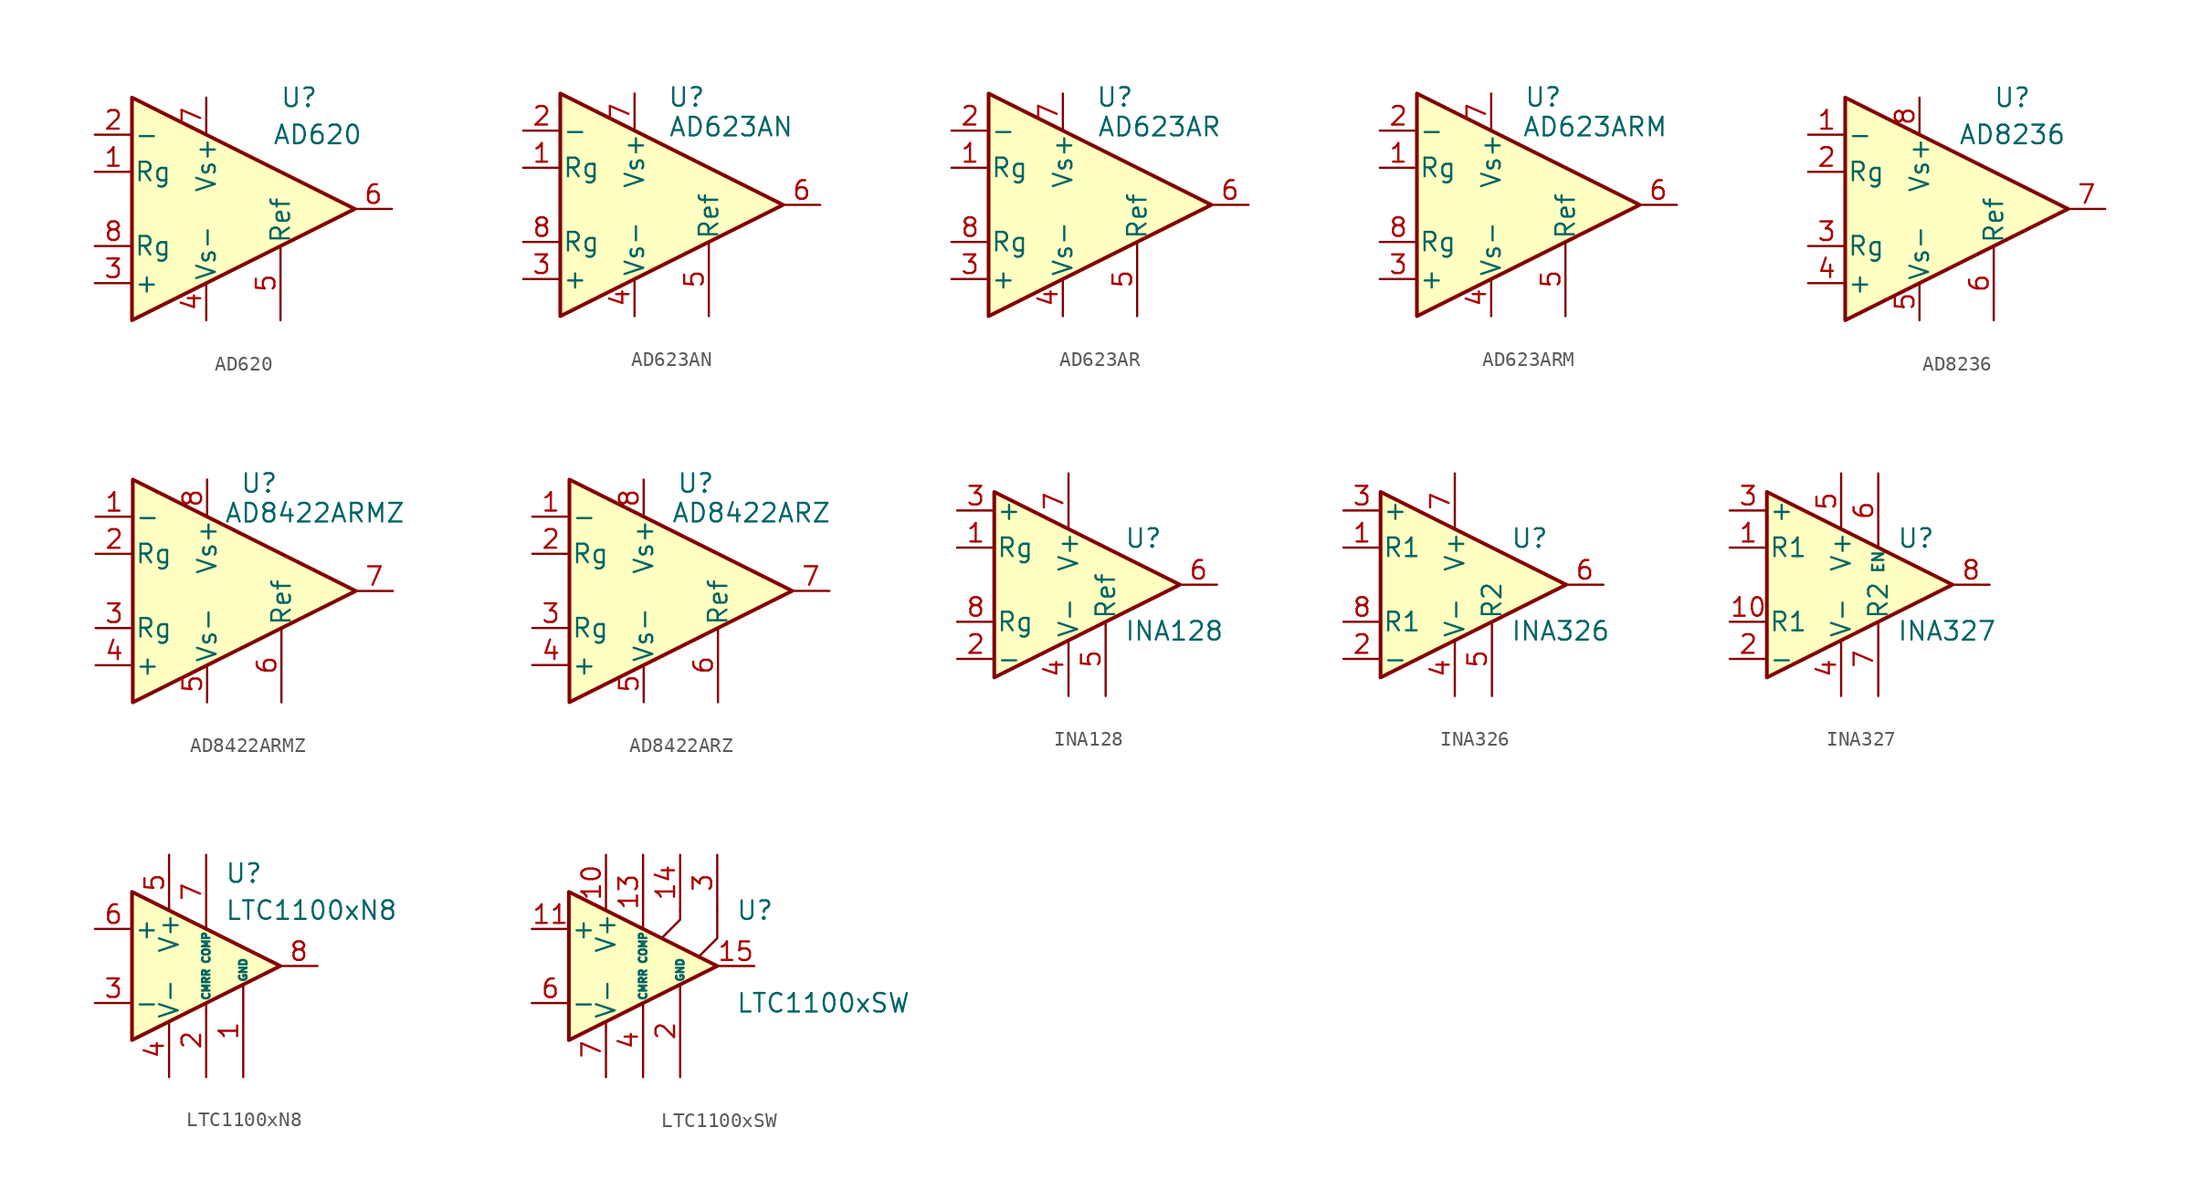
<source format=kicad_sym>
(kicad_symbol_lib
  (version 20201005)
  (generator kicad_symbol_editor)
  (symbol "Amplifier_Instrumentation:AD620"
    (pin_names
      (offset 0.127))
    (property "Reference" "U"
      (at 3.81 7.62 0)
      (effects (font (size 1.27 1.27))))
    (property "Value" "AD620"
      (at 5.08 5.08 0)
      (effects (font (size 1.27 1.27))))
    (symbol "AD620_0_1"
      (polyline (pts (xy -7.62 7.62) (xy -7.62 -7.62) (xy 7.62 0) (xy -7.62 7.62)) (stroke (width 0.254)) (fill (type background))))
    (symbol "AD620_1_1"
      (pin passive line (at -10.16 2.54 0) (length 2.54) (name "Rg" (effects (font (size 1.27 1.27)))) (number "1" (effects (font (size 1.27 1.27)))))
      (pin input line (at -10.16 5.08 0) (length 2.54) (name "-" (effects (font (size 1.27 1.27)))) (number "2" (effects (font (size 1.27 1.27)))))
      (pin input line (at -10.16 -5.08 0) (length 2.54) (name "+" (effects (font (size 1.27 1.27)))) (number "3" (effects (font (size 1.27 1.27)))))
      (pin power_in line (at -2.54 -7.62 90) (length 2.54) (name "Vs-" (effects (font (size 1.27 1.27)))) (number "4" (effects (font (size 1.27 1.27)))))
      (pin passive line (at 2.54 -7.62 90) (length 5.08) (name "Ref" (effects (font (size 1.27 1.27)))) (number "5" (effects (font (size 1.27 1.27)))))
      (pin output line (at 10.16 0 180) (length 2.54) (name "~" (effects (font (size 1.27 1.27)))) (number "6" (effects (font (size 1.27 1.27)))))
      (pin power_in line (at -2.54 7.62 270) (length 2.54) (name "Vs+" (effects (font (size 1.27 1.27)))) (number "7" (effects (font (size 1.27 1.27)))))
      (pin passive line (at -10.16 -2.54 0) (length 2.54) (name "Rg" (effects (font (size 1.27 1.27)))) (number "8" (effects (font (size 1.27 1.27)))))))
  (symbol "Amplifier_Instrumentation:AD623AN"
    (pin_names
      (offset 0.127))
    (property "Reference" "U"
      (at 3.556 7.366 0)
      (effects (font (size 1.27 1.27))))
    (property "Value" "AD623AN"
      (at 6.604 5.334 0)
      (effects (font (size 1.27 1.27))))
    (symbol "AD623AN_0_1"
      (polyline (pts (xy -5.08 7.62) (xy -5.08 -7.62) (xy 10.16 0) (xy -5.08 7.62)) (stroke (width 0.254)) (fill (type background))))
    (symbol "AD623AN_1_1"
      (pin passive line (at -7.62 2.54 0) (length 2.54) (name "Rg" (effects (font (size 1.27 1.27)))) (number "1" (effects (font (size 1.27 1.27)))))
      (pin input line (at -7.62 5.08 0) (length 2.54) (name "-" (effects (font (size 1.27 1.27)))) (number "2" (effects (font (size 1.27 1.27)))))
      (pin input line (at -7.62 -5.08 0) (length 2.54) (name "+" (effects (font (size 1.27 1.27)))) (number "3" (effects (font (size 1.27 1.27)))))
      (pin power_in line (at 0 -7.62 90) (length 2.54) (name "Vs-" (effects (font (size 1.27 1.27)))) (number "4" (effects (font (size 1.27 1.27)))))
      (pin passive line (at 5.08 -7.62 90) (length 5.08) (name "Ref" (effects (font (size 1.27 1.27)))) (number "5" (effects (font (size 1.27 1.27)))))
      (pin output line (at 12.7 0 180) (length 2.54) (name "~" (effects (font (size 1.27 1.27)))) (number "6" (effects (font (size 1.27 1.27)))))
      (pin power_in line (at 0 7.62 270) (length 2.54) (name "Vs+" (effects (font (size 1.27 1.27)))) (number "7" (effects (font (size 1.27 1.27)))))
      (pin passive line (at -7.62 -2.54 0) (length 2.54) (name "Rg" (effects (font (size 1.27 1.27)))) (number "8" (effects (font (size 1.27 1.27)))))))
  (symbol "Amplifier_Instrumentation:AD623AR"
    (pin_names
      (offset 0.127))
    (property "Reference" "U"
      (at 3.556 7.366 0)
      (effects (font (size 1.27 1.27))))
    (property "Value" "AD623AR"
      (at 6.604 5.334 0)
      (effects (font (size 1.27 1.27))))
    (symbol "AD623AR_0_1"
      (polyline (pts (xy -5.08 7.62) (xy -5.08 -7.62) (xy 10.16 0) (xy -5.08 7.62)) (stroke (width 0.254)) (fill (type background))))
    (symbol "AD623AR_1_1"
      (pin passive line (at -7.62 2.54 0) (length 2.54) (name "Rg" (effects (font (size 1.27 1.27)))) (number "1" (effects (font (size 1.27 1.27)))))
      (pin input line (at -7.62 5.08 0) (length 2.54) (name "-" (effects (font (size 1.27 1.27)))) (number "2" (effects (font (size 1.27 1.27)))))
      (pin input line (at -7.62 -5.08 0) (length 2.54) (name "+" (effects (font (size 1.27 1.27)))) (number "3" (effects (font (size 1.27 1.27)))))
      (pin power_in line (at 0 -7.62 90) (length 2.54) (name "Vs-" (effects (font (size 1.27 1.27)))) (number "4" (effects (font (size 1.27 1.27)))))
      (pin passive line (at 5.08 -7.62 90) (length 5.08) (name "Ref" (effects (font (size 1.27 1.27)))) (number "5" (effects (font (size 1.27 1.27)))))
      (pin output line (at 12.7 0 180) (length 2.54) (name "~" (effects (font (size 1.27 1.27)))) (number "6" (effects (font (size 1.27 1.27)))))
      (pin power_in line (at 0 7.62 270) (length 2.54) (name "Vs+" (effects (font (size 1.27 1.27)))) (number "7" (effects (font (size 1.27 1.27)))))
      (pin passive line (at -7.62 -2.54 0) (length 2.54) (name "Rg" (effects (font (size 1.27 1.27)))) (number "8" (effects (font (size 1.27 1.27)))))))
  (symbol "Amplifier_Instrumentation:AD623ARM"
    (pin_names
      (offset 0.127))
    (property "Reference" "U"
      (at 3.556 7.366 0)
      (effects (font (size 1.27 1.27))))
    (property "Value" "AD623ARM"
      (at 7.112 5.334 0)
      (effects (font (size 1.27 1.27))))
    (symbol "AD623ARM_0_1"
      (polyline (pts (xy -5.08 7.62) (xy -5.08 -7.62) (xy 10.16 0) (xy -5.08 7.62)) (stroke (width 0.254)) (fill (type background))))
    (symbol "AD623ARM_1_1"
      (pin passive line (at -7.62 2.54 0) (length 2.54) (name "Rg" (effects (font (size 1.27 1.27)))) (number "1" (effects (font (size 1.27 1.27)))))
      (pin input line (at -7.62 5.08 0) (length 2.54) (name "-" (effects (font (size 1.27 1.27)))) (number "2" (effects (font (size 1.27 1.27)))))
      (pin input line (at -7.62 -5.08 0) (length 2.54) (name "+" (effects (font (size 1.27 1.27)))) (number "3" (effects (font (size 1.27 1.27)))))
      (pin power_in line (at 0 -7.62 90) (length 2.54) (name "Vs-" (effects (font (size 1.27 1.27)))) (number "4" (effects (font (size 1.27 1.27)))))
      (pin passive line (at 5.08 -7.62 90) (length 5.08) (name "Ref" (effects (font (size 1.27 1.27)))) (number "5" (effects (font (size 1.27 1.27)))))
      (pin output line (at 12.7 0 180) (length 2.54) (name "~" (effects (font (size 1.27 1.27)))) (number "6" (effects (font (size 1.27 1.27)))))
      (pin power_in line (at 0 7.62 270) (length 2.54) (name "Vs+" (effects (font (size 1.27 1.27)))) (number "7" (effects (font (size 1.27 1.27)))))
      (pin passive line (at -7.62 -2.54 0) (length 2.54) (name "Rg" (effects (font (size 1.27 1.27)))) (number "8" (effects (font (size 1.27 1.27)))))))
  (symbol "Amplifier_Instrumentation:AD8236"
    (pin_names
      (offset 0.127))
    (property "Reference" "U"
      (at 3.81 7.62 0)
      (effects (font (size 1.27 1.27))))
    (property "Value" "AD8236"
      (at 3.81 5.08 0)
      (effects (font (size 1.27 1.27))))
    (symbol "AD8236_0_1"
      (polyline (pts (xy -7.62 7.62) (xy -7.62 -7.62) (xy 7.62 0) (xy -7.62 7.62)) (stroke (width 0.254)) (fill (type background))))
    (symbol "AD8236_1_1"
      (pin input line (at -10.16 5.08 0) (length 2.54) (name "-" (effects (font (size 1.27 1.27)))) (number "1" (effects (font (size 1.27 1.27)))))
      (pin passive line (at -10.16 2.54 0) (length 2.54) (name "Rg" (effects (font (size 1.27 1.27)))) (number "2" (effects (font (size 1.27 1.27)))))
      (pin passive line (at -10.16 -2.54 0) (length 2.54) (name "Rg" (effects (font (size 1.27 1.27)))) (number "3" (effects (font (size 1.27 1.27)))))
      (pin input line (at -10.16 -5.08 0) (length 2.54) (name "+" (effects (font (size 1.27 1.27)))) (number "4" (effects (font (size 1.27 1.27)))))
      (pin power_in line (at -2.54 -7.62 90) (length 2.54) (name "Vs-" (effects (font (size 1.27 1.27)))) (number "5" (effects (font (size 1.27 1.27)))))
      (pin passive line (at 2.54 -7.62 90) (length 5.08) (name "Ref" (effects (font (size 1.27 1.27)))) (number "6" (effects (font (size 1.27 1.27)))))
      (pin output line (at 10.16 0 180) (length 2.54) (name "~" (effects (font (size 1.27 1.27)))) (number "7" (effects (font (size 1.27 1.27)))))
      (pin power_in line (at -2.54 7.62 270) (length 2.54) (name "Vs+" (effects (font (size 1.27 1.27)))) (number "8" (effects (font (size 1.27 1.27)))))))
  (symbol "Amplifier_Instrumentation:AD8422ARMZ"
    (pin_names
      (offset 0.127))
    (property "Reference" "U"
      (at 3.556 7.366 0)
      (effects (font (size 1.27 1.27))))
    (property "Value" "AD8422ARMZ"
      (at 7.366 5.334 0)
      (effects (font (size 1.27 1.27))))
    (symbol "AD8422ARMZ_0_1"
      (polyline (pts (xy -5.08 7.62) (xy -5.08 -7.62) (xy 10.16 0) (xy -5.08 7.62)) (stroke (width 0.254)) (fill (type background))))
    (symbol "AD8422ARMZ_1_1"
      (pin input line (at -7.62 5.08 0) (length 2.54) (name "-" (effects (font (size 1.27 1.27)))) (number "1" (effects (font (size 1.27 1.27)))))
      (pin passive line (at -7.62 2.54 0) (length 2.54) (name "Rg" (effects (font (size 1.27 1.27)))) (number "2" (effects (font (size 1.27 1.27)))))
      (pin passive line (at -7.62 -2.54 0) (length 2.54) (name "Rg" (effects (font (size 1.27 1.27)))) (number "3" (effects (font (size 1.27 1.27)))))
      (pin input line (at -7.62 -5.08 0) (length 2.54) (name "+" (effects (font (size 1.27 1.27)))) (number "4" (effects (font (size 1.27 1.27)))))
      (pin power_in line (at 0 -7.62 90) (length 2.54) (name "Vs-" (effects (font (size 1.27 1.27)))) (number "5" (effects (font (size 1.27 1.27)))))
      (pin passive line (at 5.08 -7.62 90) (length 5.08) (name "Ref" (effects (font (size 1.27 1.27)))) (number "6" (effects (font (size 1.27 1.27)))))
      (pin output line (at 12.7 0 180) (length 2.54) (name "~" (effects (font (size 1.27 1.27)))) (number "7" (effects (font (size 1.27 1.27)))))
      (pin power_in line (at 0 7.62 270) (length 2.54) (name "Vs+" (effects (font (size 1.27 1.27)))) (number "8" (effects (font (size 1.27 1.27)))))))
  (symbol "Amplifier_Instrumentation:AD8422ARZ"
    (pin_names
      (offset 0.127))
    (property "Reference" "U"
      (at 3.556 7.366 0)
      (effects (font (size 1.27 1.27))))
    (property "Value" "AD8422ARZ"
      (at 7.366 5.334 0)
      (effects (font (size 1.27 1.27))))
    (symbol "AD8422ARZ_0_1"
      (polyline (pts (xy -5.08 7.62) (xy -5.08 -7.62) (xy 10.16 0) (xy -5.08 7.62)) (stroke (width 0.254)) (fill (type background))))
    (symbol "AD8422ARZ_1_1"
      (pin input line (at -7.62 5.08 0) (length 2.54) (name "-" (effects (font (size 1.27 1.27)))) (number "1" (effects (font (size 1.27 1.27)))))
      (pin passive line (at -7.62 2.54 0) (length 2.54) (name "Rg" (effects (font (size 1.27 1.27)))) (number "2" (effects (font (size 1.27 1.27)))))
      (pin passive line (at -7.62 -2.54 0) (length 2.54) (name "Rg" (effects (font (size 1.27 1.27)))) (number "3" (effects (font (size 1.27 1.27)))))
      (pin input line (at -7.62 -5.08 0) (length 2.54) (name "+" (effects (font (size 1.27 1.27)))) (number "4" (effects (font (size 1.27 1.27)))))
      (pin power_in line (at 0 -7.62 90) (length 2.54) (name "Vs-" (effects (font (size 1.27 1.27)))) (number "5" (effects (font (size 1.27 1.27)))))
      (pin passive line (at 5.08 -7.62 90) (length 5.08) (name "Ref" (effects (font (size 1.27 1.27)))) (number "6" (effects (font (size 1.27 1.27)))))
      (pin output line (at 12.7 0 180) (length 2.54) (name "~" (effects (font (size 1.27 1.27)))) (number "7" (effects (font (size 1.27 1.27)))))
      (pin power_in line (at 0 7.62 270) (length 2.54) (name "Vs+" (effects (font (size 1.27 1.27)))) (number "8" (effects (font (size 1.27 1.27)))))))
  (symbol "Amplifier_Instrumentation:INA128"
    (pin_names
      (offset 0.127))
    (property "Reference" "U"
      (at 3.81 3.175 0)
      (effects (font (size 1.27 1.27)) (justify left)))
    (property "Value" "INA128"
      (at 3.81 -3.175 0)
      (effects (font (size 1.27 1.27)) (justify left)))
    (symbol "INA128_0_1"
      (polyline (pts (xy 7.62 0) (xy -5.08 6.35) (xy -5.08 -6.35) (xy 7.62 0)) (stroke (width 0.254)) (fill (type background))))
    (symbol "INA128_1_1"
      (pin passive line (at -7.62 2.54 0) (length 2.54) (name "Rg" (effects (font (size 1.27 1.27)))) (number "1" (effects (font (size 1.27 1.27)))))
      (pin input line (at -7.62 -5.08 0) (length 2.54) (name "-" (effects (font (size 1.27 1.27)))) (number "2" (effects (font (size 1.27 1.27)))))
      (pin input line (at -7.62 5.08 0) (length 2.54) (name "+" (effects (font (size 1.27 1.27)))) (number "3" (effects (font (size 1.27 1.27)))))
      (pin power_in line (at 0 -7.62 90) (length 3.81) (name "V-" (effects (font (size 1.27 1.27)))) (number "4" (effects (font (size 1.27 1.27)))))
      (pin input line (at 2.54 -7.62 90) (length 5.08) (name "Ref" (effects (font (size 1.27 1.27)))) (number "5" (effects (font (size 1.27 1.27)))))
      (pin output line (at 10.16 0 180) (length 2.54) (name "~" (effects (font (size 1.27 1.27)))) (number "6" (effects (font (size 1.27 1.27)))))
      (pin power_in line (at 0 7.62 270) (length 3.81) (name "V+" (effects (font (size 1.27 1.27)))) (number "7" (effects (font (size 1.27 1.27)))))
      (pin passive line (at -7.62 -2.54 0) (length 2.54) (name "Rg" (effects (font (size 1.27 1.27)))) (number "8" (effects (font (size 1.27 1.27)))))))
  (symbol "Amplifier_Instrumentation:INA326"
    (pin_names
      (offset 0.127))
    (property "Reference" "U"
      (at 3.81 3.175 0)
      (effects (font (size 1.27 1.27)) (justify left)))
    (property "Value" "INA326"
      (at 3.81 -3.175 0)
      (effects (font (size 1.27 1.27)) (justify left)))
    (symbol "INA326_0_1"
      (polyline (pts (xy 7.62 0) (xy -5.08 6.35) (xy -5.08 -6.35) (xy 7.62 0)) (stroke (width 0.254)) (fill (type background))))
    (symbol "INA326_1_1"
      (pin passive line (at -7.62 2.54 0) (length 2.54) (name "R1" (effects (font (size 1.27 1.27)))) (number "1" (effects (font (size 1.27 1.27)))))
      (pin input line (at -7.62 -5.08 0) (length 2.54) (name "-" (effects (font (size 1.27 1.27)))) (number "2" (effects (font (size 1.27 1.27)))))
      (pin input line (at -7.62 5.08 0) (length 2.54) (name "+" (effects (font (size 1.27 1.27)))) (number "3" (effects (font (size 1.27 1.27)))))
      (pin power_in line (at 0 -7.62 90) (length 3.81) (name "V-" (effects (font (size 1.27 1.27)))) (number "4" (effects (font (size 1.27 1.27)))))
      (pin input line (at 2.54 -7.62 90) (length 5.08) (name "R2" (effects (font (size 1.27 1.27)))) (number "5" (effects (font (size 1.27 1.27)))))
      (pin output line (at 10.16 0 180) (length 2.54) (name "~" (effects (font (size 1.27 1.27)))) (number "6" (effects (font (size 1.27 1.27)))))
      (pin power_in line (at 0 7.62 270) (length 3.81) (name "V+" (effects (font (size 1.27 1.27)))) (number "7" (effects (font (size 1.27 1.27)))))
      (pin passive line (at -7.62 -2.54 0) (length 2.54) (name "R1" (effects (font (size 1.27 1.27)))) (number "8" (effects (font (size 1.27 1.27)))))))
  (symbol "Amplifier_Instrumentation:INA327"
    (pin_names
      (offset 0.127))
    (property "Reference" "U"
      (at 3.81 3.175 0)
      (effects (font (size 1.27 1.27)) (justify left)))
    (property "Value" "INA327"
      (at 3.81 -3.175 0)
      (effects (font (size 1.27 1.27)) (justify left)))
    (symbol "INA327_0_1"
      (polyline (pts (xy 7.62 0) (xy -5.08 6.35) (xy -5.08 -6.35) (xy 7.62 0)) (stroke (width 0.254)) (fill (type background))))
    (symbol "INA327_1_1"
      (pin passive line (at -7.62 2.54 0) (length 2.54) (name "R1" (effects (font (size 1.27 1.27)))) (number "1" (effects (font (size 1.27 1.27)))))
      (pin passive line (at -7.62 -2.54 0) (length 2.54) (name "R1" (effects (font (size 1.27 1.27)))) (number "10" (effects (font (size 1.27 1.27)))))
      (pin input line (at -7.62 -5.08 0) (length 2.54) (name "-" (effects (font (size 1.27 1.27)))) (number "2" (effects (font (size 1.27 1.27)))))
      (pin input line (at -7.62 5.08 0) (length 2.54) (name "+" (effects (font (size 1.27 1.27)))) (number "3" (effects (font (size 1.27 1.27)))))
      (pin power_in line (at 0 -7.62 90) (length 3.81) (name "V-" (effects (font (size 1.27 1.27)))) (number "4" (effects (font (size 1.27 1.27)))))
      (pin power_in line (at 0 7.62 270) (length 3.81) (name "V+" (effects (font (size 1.27 1.27)))) (number "5" (effects (font (size 1.27 1.27)))))
      (pin input line (at 2.54 7.62 270) (length 5.08) (name "EN" (effects (font (size 0.762 0.762)))) (number "6" (effects (font (size 1.27 1.27)))))
      (pin input line (at 2.54 -7.62 90) (length 5.08) (name "R2" (effects (font (size 1.27 1.27)))) (number "7" (effects (font (size 1.27 1.27)))))
      (pin output line (at 10.16 0 180) (length 2.54) (name "~" (effects (font (size 1.27 1.27)))) (number "8" (effects (font (size 1.27 1.27)))))
      (pin passive line (at 0 7.62 270) (length 3.81) hide (name "V+" (effects (font (size 1.27 1.27)))) (number "9" (effects (font (size 1.27 1.27)))))))
  (symbol "Amplifier_Instrumentation:LTC1100xN8"
    (pin_names
      (offset 0.127))
    (property "Reference" "U"
      (at 1.27 6.35 0)
      (effects (font (size 1.27 1.27)) (justify left)))
    (property "Value" "LTC1100xN8"
      (at 1.27 3.81 0)
      (effects (font (size 1.27 1.27)) (justify left)))
    (symbol "LTC1100xN8_0_1"
      (polyline (pts (xy -5.08 5.08) (xy 5.08 0) (xy -5.08 -5.08) (xy -5.08 5.08)) (stroke (width 0.254)) (fill (type background))))
    (symbol "LTC1100xN8_1_1"
      (pin input line (at 2.54 -7.62 90) (length 6.35) (name "GND" (effects (font (size 0.508 0.508)))) (number "1" (effects (font (size 1.27 1.27)))))
      (pin input line (at 0 -7.62 90) (length 5.08) (name "CMRR" (effects (font (size 0.508 0.508)))) (number "2" (effects (font (size 1.27 1.27)))))
      (pin input line (at -7.62 -2.54 0) (length 2.54) (name "-" (effects (font (size 1.27 1.27)))) (number "3" (effects (font (size 1.27 1.27)))))
      (pin power_in line (at -2.54 -7.62 90) (length 3.81) (name "V-" (effects (font (size 1.27 1.27)))) (number "4" (effects (font (size 1.27 1.27)))))
      (pin power_in line (at -2.54 7.62 270) (length 3.81) (name "V+" (effects (font (size 1.27 1.27)))) (number "5" (effects (font (size 1.27 1.27)))))
      (pin input line (at -7.62 2.54 0) (length 2.54) (name "+" (effects (font (size 1.27 1.27)))) (number "6" (effects (font (size 1.27 1.27)))))
      (pin input line (at 0 7.62 270) (length 5.08) (name "COMP" (effects (font (size 0.508 0.508)))) (number "7" (effects (font (size 1.27 1.27)))))
      (pin output line (at 7.62 0 180) (length 2.54) (name "~" (effects (font (size 1.27 1.27)))) (number "8" (effects (font (size 1.27 1.27)))))))
  (symbol "Amplifier_Instrumentation:LTC1100xSW"
    (pin_names
      (offset 0.127))
    (property "Reference" "U"
      (at 6.35 3.81 0)
      (effects (font (size 1.27 1.27)) (justify left)))
    (property "Value" "LTC1100xSW"
      (at 6.35 -2.54 0)
      (effects (font (size 1.27 1.27)) (justify left)))
    (symbol "LTC1100xSW_0_1"
      (polyline (pts (xy 1.27 1.905) (xy 2.54 3.175) (xy 2.54 3.81)) (stroke (width 0.152)) (fill (type none)))
      (polyline (pts (xy 3.81 0.635) (xy 5.08 1.905) (xy 5.08 3.81)) (stroke (width 0.152)) (fill (type none)))
      (polyline (pts (xy -5.08 5.08) (xy 5.08 0) (xy -5.08 -5.08) (xy -5.08 5.08)) (stroke (width 0.254)) (fill (type background))))
    (symbol "LTC1100xSW_1_1"
      (pin no_connect line (at -5.08 2.54 270) (length 2.54) hide (name "NC" (effects (font (size 1.27 1.27)))) (number "1" (effects (font (size 1.27 1.27)))))
      (pin power_in line (at -2.54 7.62 270) (length 3.81) (name "V+" (effects (font (size 1.27 1.27)))) (number "10" (effects (font (size 1.27 1.27)))))
      (pin input line (at -7.62 2.54 0) (length 2.54) (name "+" (effects (font (size 1.27 1.27)))) (number "11" (effects (font (size 1.27 1.27)))))
      (pin no_connect line (at -2.54 -2.54 90) (length 2.54) hide (name "NC" (effects (font (size 1.27 1.27)))) (number "12" (effects (font (size 1.27 1.27)))))
      (pin input line (at 0 7.62 270) (length 5.08) (name "COMP" (effects (font (size 0.508 0.508)))) (number "13" (effects (font (size 1.27 1.27)))))
      (pin passive line (at 2.54 7.62 270) (length 3.81) (name "~" (effects (font (size 1.27 1.27)))) (number "14" (effects (font (size 1.27 1.27)))))
      (pin output line (at 7.62 0 180) (length 2.54) (name "~" (effects (font (size 1.27 1.27)))) (number "15" (effects (font (size 1.27 1.27)))))
      (pin no_connect line (at 0 -2.54 90) (length 2.54) hide (name "NC" (effects (font (size 1.27 1.27)))) (number "16" (effects (font (size 1.27 1.27)))))
      (pin input line (at 2.54 -7.62 90) (length 6.35) (name "GND" (effects (font (size 0.508 0.508)))) (number "2" (effects (font (size 1.27 1.27)))))
      (pin passive line (at 5.08 7.62 270) (length 3.81) (name "~" (effects (font (size 1.27 1.27)))) (number "3" (effects (font (size 1.27 1.27)))))
      (pin input line (at 0 -7.62 90) (length 5.08) (name "CMRR" (effects (font (size 0.508 0.508)))) (number "4" (effects (font (size 1.27 1.27)))))
      (pin no_connect line (at -2.54 2.54 270) (length 2.54) hide (name "NC" (effects (font (size 1.27 1.27)))) (number "5" (effects (font (size 1.27 1.27)))))
      (pin input line (at -7.62 -2.54 0) (length 2.54) (name "-" (effects (font (size 1.27 1.27)))) (number "6" (effects (font (size 1.27 1.27)))))
      (pin power_in line (at -2.54 -7.62 90) (length 3.81) (name "V-" (effects (font (size 1.27 1.27)))) (number "7" (effects (font (size 1.27 1.27)))))
      (pin no_connect line (at 0 2.54 270) (length 2.54) hide (name "NC" (effects (font (size 1.27 1.27)))) (number "8" (effects (font (size 1.27 1.27)))))
      (pin no_connect line (at -5.08 -2.54 90) (length 2.54) hide (name "NC" (effects (font (size 1.27 1.27)))) (number "9" (effects (font (size 1.27 1.27))))))))
</source>
